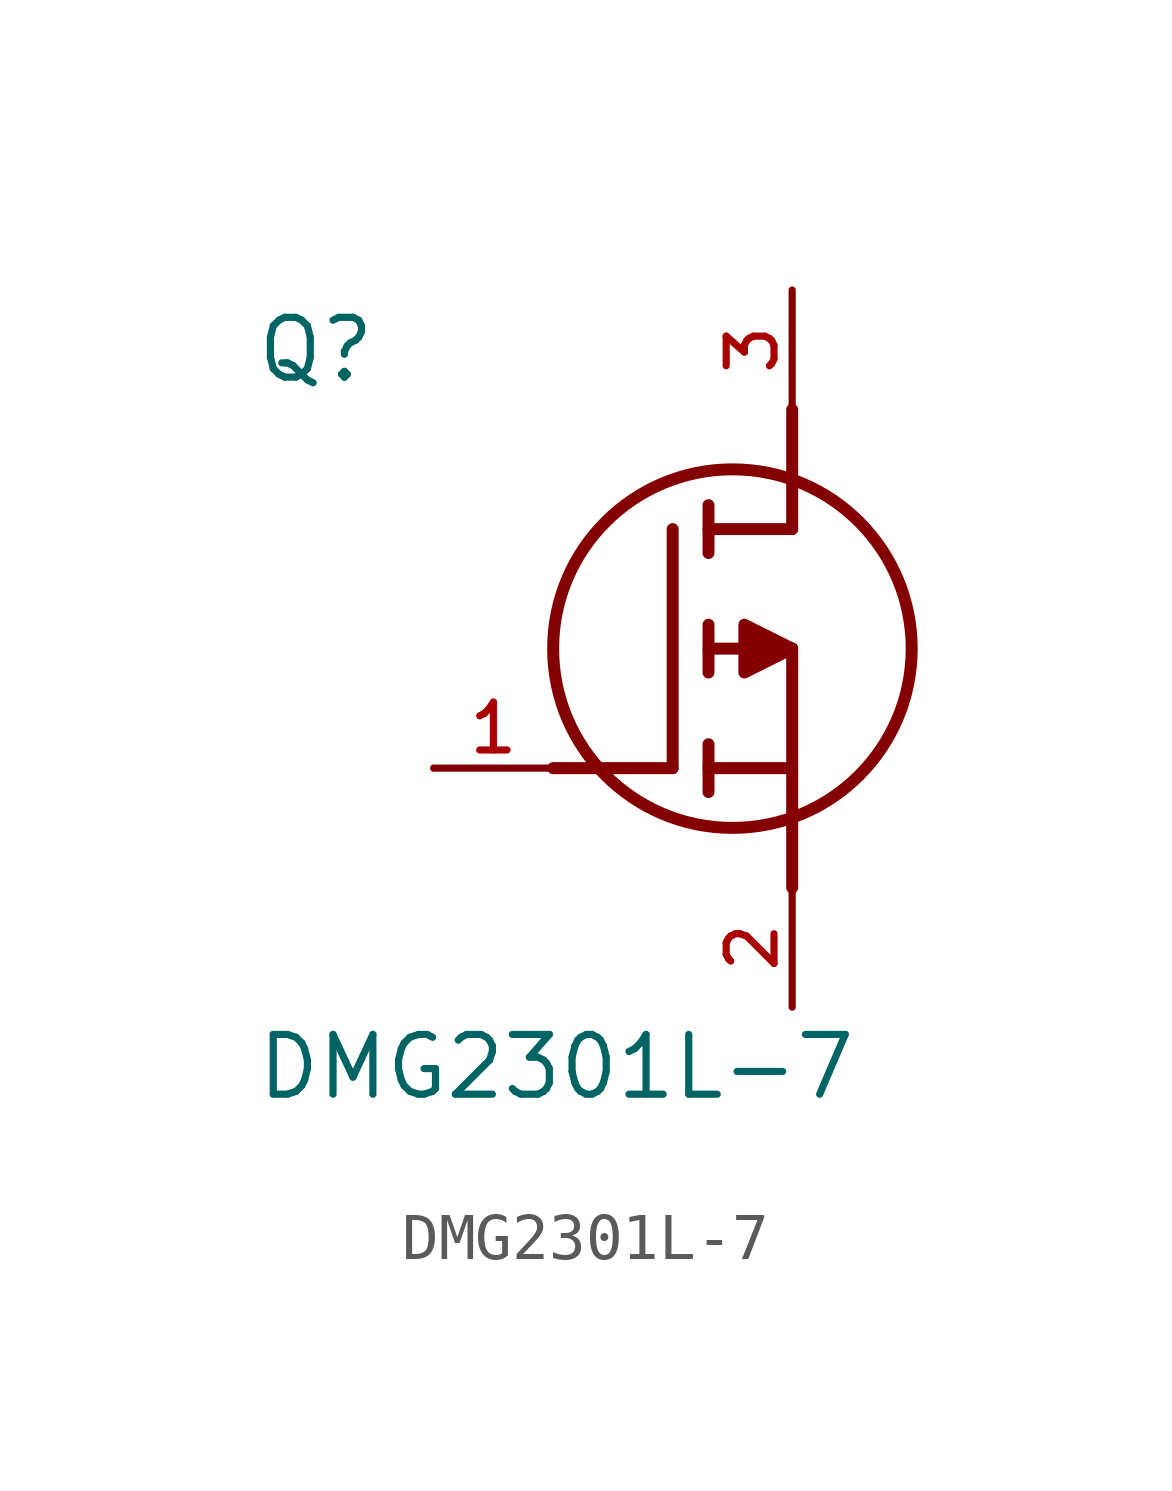
<source format=kicad_sym>
(kicad_symbol_lib
  (version 20211014)
  (generator kicad_symbol_editor)
  (symbol "DMG2301L-7"
    (pin_names
      (offset 1.016))
    (property "Reference" "Q"
      (at -3.81 8.89 0)
      (effects (font (size 1.27 1.27)) (justify left)))
    (property "Value" "DMG2301L-7"
      (at -3.81 -6.35 0)
      (effects (font (size 1.27 1.27)) (justify left)))
    (symbol "DMG2301L-7_0_0"
      (polyline (pts (xy 7.62 2.54) (xy 7.62 -2.54)) (stroke (width 0.254)))
      (polyline (pts (xy 7.62 5.08) (xy 7.62 7.62)) (stroke (width 0.254)))
      (polyline (pts (xy 2.54 0.0) (xy 5.08 0.0)) (stroke (width 0.254)))
      (polyline (pts (xy 5.08 5.08) (xy 5.08 0.0)) (stroke (width 0.254)))
      (polyline (pts (xy 7.62 2.54) (xy 5.842 2.54)) (stroke (width 0.254)))
      (polyline (pts (xy 7.62 5.08) (xy 5.842 5.08)) (stroke (width 0.254)))
      (polyline (pts (xy 5.842 0.0) (xy 7.62 0.0)) (stroke (width 0.254)))
      (polyline (pts (xy 5.842 5.588) (xy 5.842 4.572)) (stroke (width 0.254)))
      (polyline (pts (xy 5.842 -0.508) (xy 5.842 0.508)) (stroke (width 0.254)))
      (polyline (pts (xy 5.842 2.032) (xy 5.842 3.048)) (stroke (width 0.254)))
      (circle (center 6.35 2.54) (radius 3.81) (stroke (width 0.254)) (fill (type none)))
      (polyline (pts (xy 7.62 2.54) (xy 6.604 3.048) (xy 6.604 2.032) (xy 7.62 2.54)) (stroke (width 0.254)) (fill (type outline)))
      (pin bidirectional line (at 0.0 0.0 0) (length 2.54) (name "~" (effects (font (size 1.016 1.016)))) (number "1" (effects (font (size 1.016 1.016)))))
      (pin bidirectional line (at 7.62 10.16 270.0) (length 2.54) (name "~" (effects (font (size 1.016 1.016)))) (number "3" (effects (font (size 1.016 1.016)))))
      (pin bidirectional line (at 7.62 -5.08 90.0) (length 2.54) (name "~" (effects (font (size 1.016 1.016)))) (number "2" (effects (font (size 1.016 1.016))))))))
</source>
